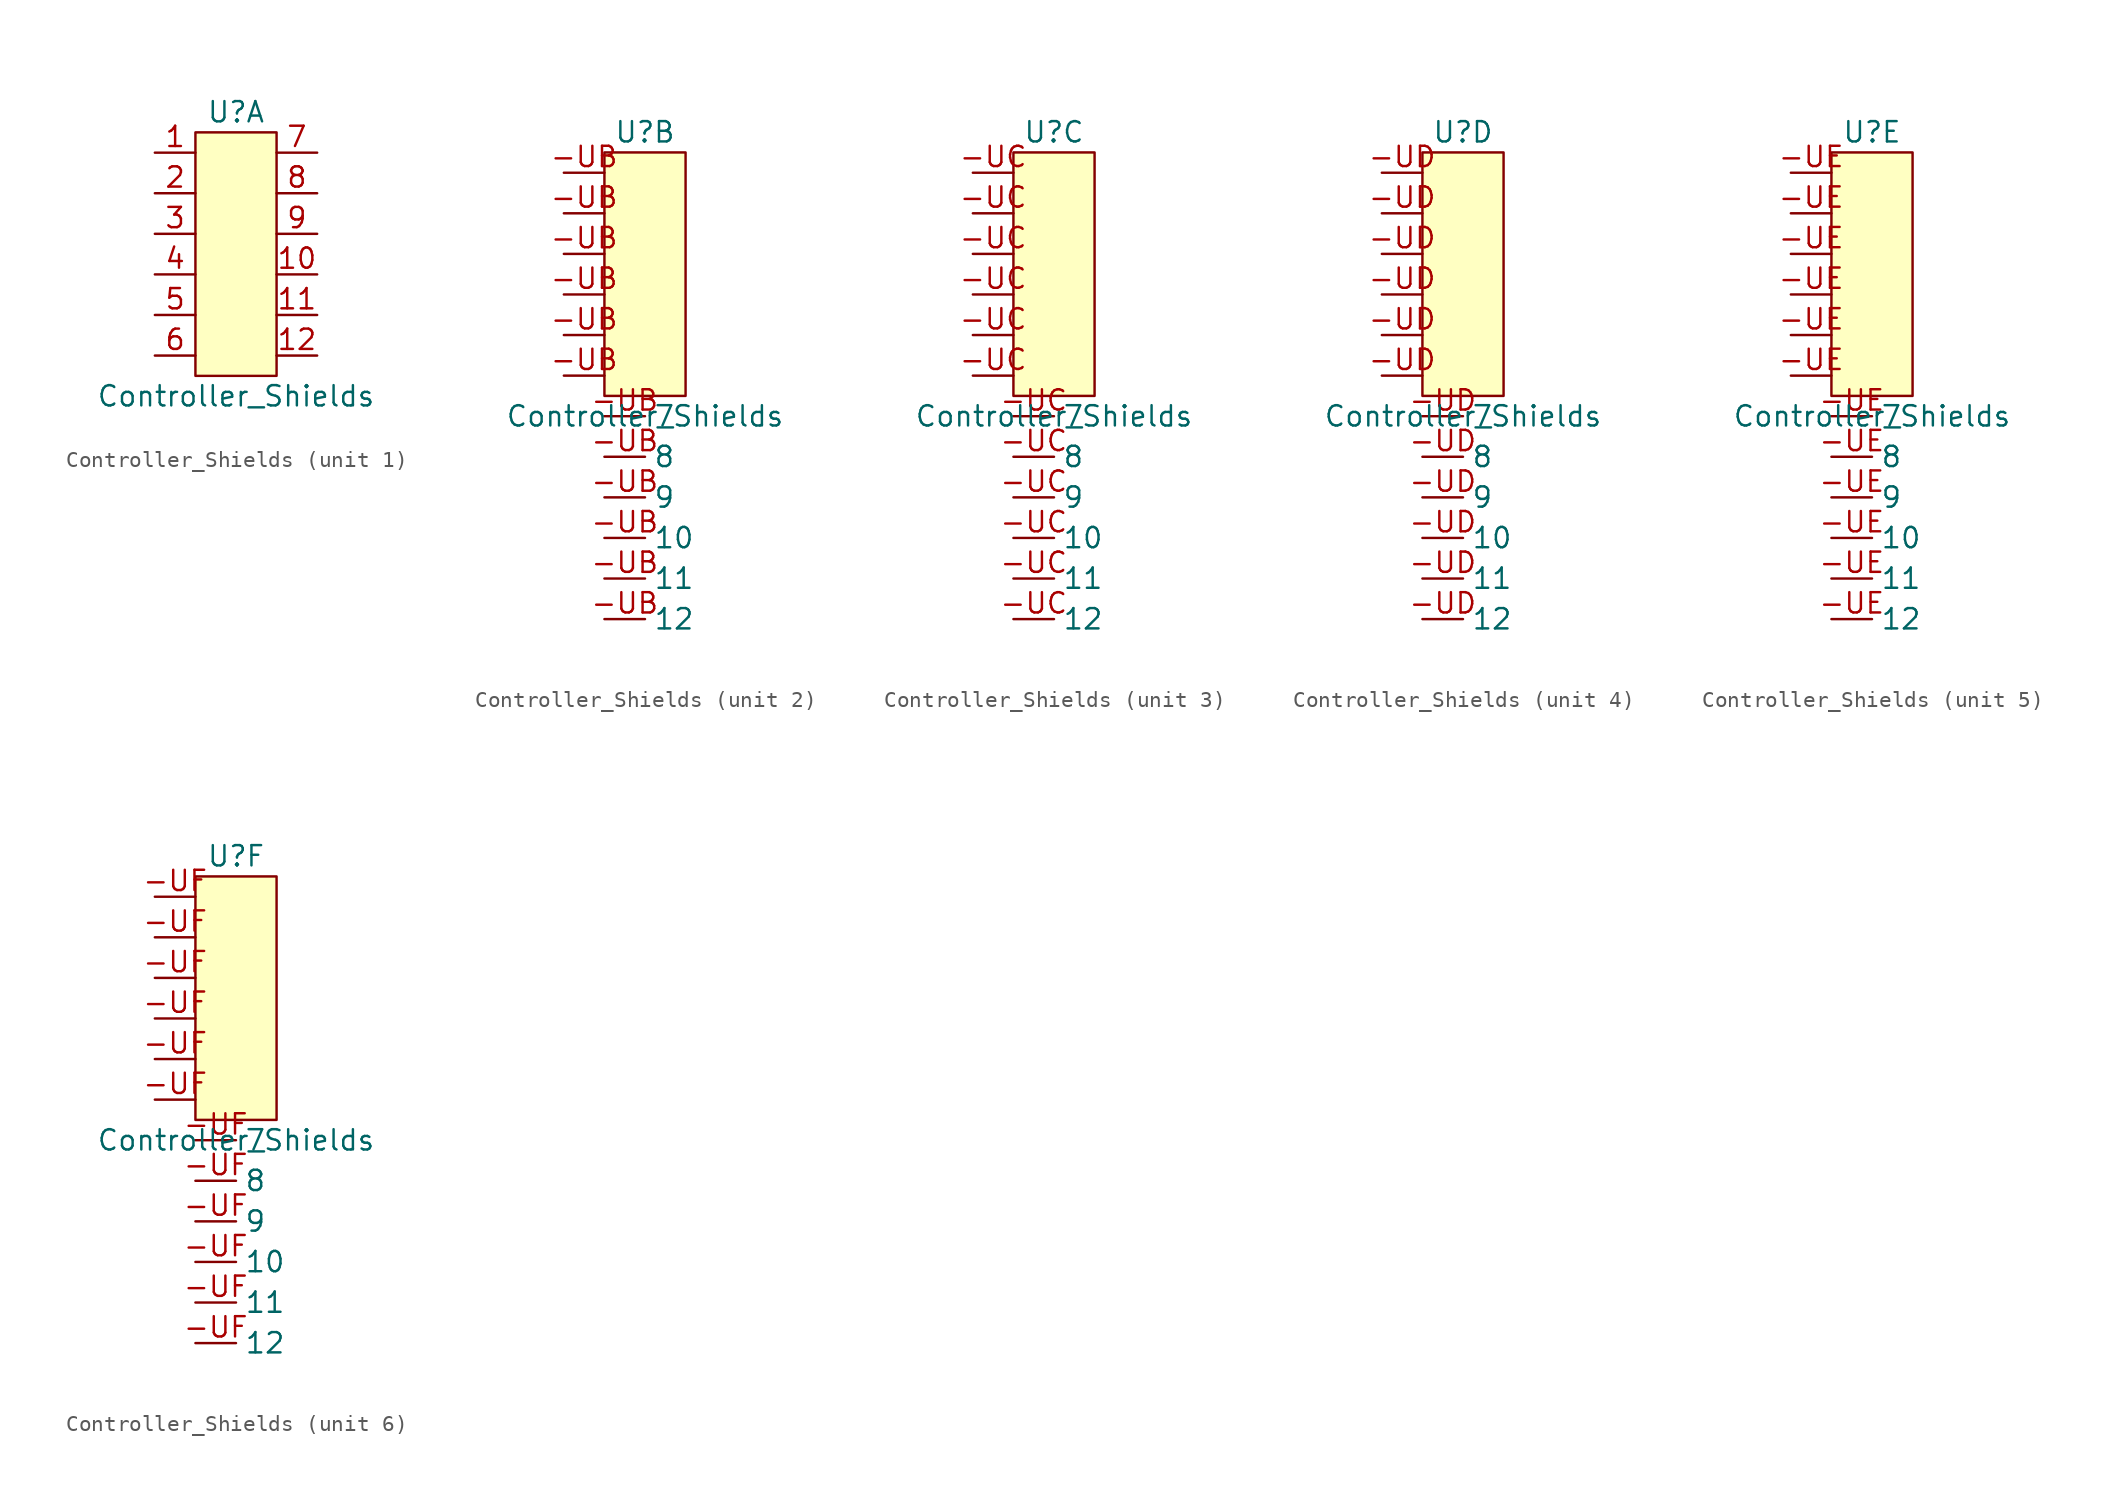
<source format=kicad_sym>
(kicad_symbol_lib
  (version 20220914)
  (generator kicad_symbol_editor)
  (symbol "Controller_Shields"
    (property "Reference" "U"
      (at 0 10.16 0)
      (effects (font (size 1.27 1.27))))
    (property "Value" "Controller_Shields"
      (at 0 -7.62 0)
      (effects (font (size 1.27 1.27))))
    (symbol "Controller_Shields_0_1"
      (rectangle (start -2.54 8.89) (end 2.54 -6.35) (stroke (width 0) (type default)) (fill (type background))))
    (symbol "Controller_Shields_1_1"
      (pin input line (at -5.08 7.62 0) (length 2.54) (name "" (effects (font (size 1.27 1.27)))) (number "1" (effects (font (size 1.27 1.27)))))
      (pin input line (at 5.08 0 180) (length 2.54) (name "" (effects (font (size 1.27 1.27)))) (number "10" (effects (font (size 1.27 1.27)))))
      (pin input line (at 5.08 -2.54 180) (length 2.54) (name "" (effects (font (size 1.27 1.27)))) (number "11" (effects (font (size 1.27 1.27)))))
      (pin input line (at 5.08 -5.08 180) (length 2.54) (name "" (effects (font (size 1.27 1.27)))) (number "12" (effects (font (size 1.27 1.27)))))
      (pin input line (at -5.08 5.08 0) (length 2.54) (name "" (effects (font (size 1.27 1.27)))) (number "2" (effects (font (size 1.27 1.27)))))
      (pin input line (at -5.08 2.54 0) (length 2.54) (name "" (effects (font (size 1.27 1.27)))) (number "3" (effects (font (size 1.27 1.27)))))
      (pin input line (at -5.08 0 0) (length 2.54) (name "" (effects (font (size 1.27 1.27)))) (number "4" (effects (font (size 1.27 1.27)))))
      (pin input line (at -5.08 -2.54 0) (length 2.54) (name "" (effects (font (size 1.27 1.27)))) (number "5" (effects (font (size 1.27 1.27)))))
      (pin input line (at -5.08 -5.08 0) (length 2.54) (name "" (effects (font (size 1.27 1.27)))) (number "6" (effects (font (size 1.27 1.27)))))
      (pin input line (at 5.08 7.62 180) (length 2.54) (name "" (effects (font (size 1.27 1.27)))) (number "7" (effects (font (size 1.27 1.27)))))
      (pin input line (at 5.08 5.08 180) (length 2.54) (name "" (effects (font (size 1.27 1.27)))) (number "8" (effects (font (size 1.27 1.27)))))
      (pin input line (at 5.08 2.54 180) (length 2.54) (name "" (effects (font (size 1.27 1.27)))) (number "9" (effects (font (size 1.27 1.27))))))
    (symbol "Controller_Shields_2_1"
      (pin input line (at -5.08 -5.08 0) (length 2.54) (name "" (effects (font (size 1.27 1.27)))) (number "-UB" (effects (font (size 1.27 1.27)))))
      (pin input line (at -5.08 -2.54 0) (length 2.54) (name "" (effects (font (size 1.27 1.27)))) (number "-UB" (effects (font (size 1.27 1.27)))))
      (pin input line (at -5.08 0 0) (length 2.54) (name "" (effects (font (size 1.27 1.27)))) (number "-UB" (effects (font (size 1.27 1.27)))))
      (pin input line (at -5.08 2.54 0) (length 2.54) (name "" (effects (font (size 1.27 1.27)))) (number "-UB" (effects (font (size 1.27 1.27)))))
      (pin input line (at -5.08 5.08 0) (length 2.54) (name "" (effects (font (size 1.27 1.27)))) (number "-UB" (effects (font (size 1.27 1.27)))))
      (pin input line (at -5.08 7.62 0) (length 2.54) (name "" (effects (font (size 1.27 1.27)))) (number "-UB" (effects (font (size 1.27 1.27)))))
      (pin input line (at -2.54 -15.24 0) (length 2.54) (name "10" (effects (font (size 1.27 1.27)))) (number "-UB" (effects (font (size 1.27 1.27)))))
      (pin input line (at -2.54 -17.78 0) (length 2.54) (name "11" (effects (font (size 1.27 1.27)))) (number "-UB" (effects (font (size 1.27 1.27)))))
      (pin input line (at -2.54 -20.32 0) (length 2.54) (name "12" (effects (font (size 1.27 1.27)))) (number "-UB" (effects (font (size 1.27 1.27)))))
      (pin input line (at -2.54 -7.62 0) (length 2.54) (name "7" (effects (font (size 1.27 1.27)))) (number "-UB" (effects (font (size 1.27 1.27)))))
      (pin input line (at -2.54 -10.16 0) (length 2.54) (name "8" (effects (font (size 1.27 1.27)))) (number "-UB" (effects (font (size 1.27 1.27)))))
      (pin input line (at -2.54 -12.7 0) (length 2.54) (name "9" (effects (font (size 1.27 1.27)))) (number "-UB" (effects (font (size 1.27 1.27))))))
    (symbol "Controller_Shields_3_1"
      (pin input line (at -5.08 -5.08 0) (length 2.54) (name "" (effects (font (size 1.27 1.27)))) (number "-UC" (effects (font (size 1.27 1.27)))))
      (pin input line (at -5.08 -2.54 0) (length 2.54) (name "" (effects (font (size 1.27 1.27)))) (number "-UC" (effects (font (size 1.27 1.27)))))
      (pin input line (at -5.08 0 0) (length 2.54) (name "" (effects (font (size 1.27 1.27)))) (number "-UC" (effects (font (size 1.27 1.27)))))
      (pin input line (at -5.08 2.54 0) (length 2.54) (name "" (effects (font (size 1.27 1.27)))) (number "-UC" (effects (font (size 1.27 1.27)))))
      (pin input line (at -5.08 5.08 0) (length 2.54) (name "" (effects (font (size 1.27 1.27)))) (number "-UC" (effects (font (size 1.27 1.27)))))
      (pin input line (at -5.08 7.62 0) (length 2.54) (name "" (effects (font (size 1.27 1.27)))) (number "-UC" (effects (font (size 1.27 1.27)))))
      (pin input line (at -2.54 -15.24 0) (length 2.54) (name "10" (effects (font (size 1.27 1.27)))) (number "-UC" (effects (font (size 1.27 1.27)))))
      (pin input line (at -2.54 -17.78 0) (length 2.54) (name "11" (effects (font (size 1.27 1.27)))) (number "-UC" (effects (font (size 1.27 1.27)))))
      (pin input line (at -2.54 -20.32 0) (length 2.54) (name "12" (effects (font (size 1.27 1.27)))) (number "-UC" (effects (font (size 1.27 1.27)))))
      (pin input line (at -2.54 -7.62 0) (length 2.54) (name "7" (effects (font (size 1.27 1.27)))) (number "-UC" (effects (font (size 1.27 1.27)))))
      (pin input line (at -2.54 -10.16 0) (length 2.54) (name "8" (effects (font (size 1.27 1.27)))) (number "-UC" (effects (font (size 1.27 1.27)))))
      (pin input line (at -2.54 -12.7 0) (length 2.54) (name "9" (effects (font (size 1.27 1.27)))) (number "-UC" (effects (font (size 1.27 1.27))))))
    (symbol "Controller_Shields_4_1"
      (pin input line (at -5.08 -5.08 0) (length 2.54) (name "" (effects (font (size 1.27 1.27)))) (number "-UD" (effects (font (size 1.27 1.27)))))
      (pin input line (at -5.08 -2.54 0) (length 2.54) (name "" (effects (font (size 1.27 1.27)))) (number "-UD" (effects (font (size 1.27 1.27)))))
      (pin input line (at -5.08 0 0) (length 2.54) (name "" (effects (font (size 1.27 1.27)))) (number "-UD" (effects (font (size 1.27 1.27)))))
      (pin input line (at -5.08 2.54 0) (length 2.54) (name "" (effects (font (size 1.27 1.27)))) (number "-UD" (effects (font (size 1.27 1.27)))))
      (pin input line (at -5.08 5.08 0) (length 2.54) (name "" (effects (font (size 1.27 1.27)))) (number "-UD" (effects (font (size 1.27 1.27)))))
      (pin input line (at -5.08 7.62 0) (length 2.54) (name "" (effects (font (size 1.27 1.27)))) (number "-UD" (effects (font (size 1.27 1.27)))))
      (pin input line (at -2.54 -15.24 0) (length 2.54) (name "10" (effects (font (size 1.27 1.27)))) (number "-UD" (effects (font (size 1.27 1.27)))))
      (pin input line (at -2.54 -17.78 0) (length 2.54) (name "11" (effects (font (size 1.27 1.27)))) (number "-UD" (effects (font (size 1.27 1.27)))))
      (pin input line (at -2.54 -20.32 0) (length 2.54) (name "12" (effects (font (size 1.27 1.27)))) (number "-UD" (effects (font (size 1.27 1.27)))))
      (pin input line (at -2.54 -7.62 0) (length 2.54) (name "7" (effects (font (size 1.27 1.27)))) (number "-UD" (effects (font (size 1.27 1.27)))))
      (pin input line (at -2.54 -10.16 0) (length 2.54) (name "8" (effects (font (size 1.27 1.27)))) (number "-UD" (effects (font (size 1.27 1.27)))))
      (pin input line (at -2.54 -12.7 0) (length 2.54) (name "9" (effects (font (size 1.27 1.27)))) (number "-UD" (effects (font (size 1.27 1.27))))))
    (symbol "Controller_Shields_5_1"
      (pin input line (at -5.08 -5.08 0) (length 2.54) (name "" (effects (font (size 1.27 1.27)))) (number "-UE" (effects (font (size 1.27 1.27)))))
      (pin input line (at -5.08 -2.54 0) (length 2.54) (name "" (effects (font (size 1.27 1.27)))) (number "-UE" (effects (font (size 1.27 1.27)))))
      (pin input line (at -5.08 0 0) (length 2.54) (name "" (effects (font (size 1.27 1.27)))) (number "-UE" (effects (font (size 1.27 1.27)))))
      (pin input line (at -5.08 2.54 0) (length 2.54) (name "" (effects (font (size 1.27 1.27)))) (number "-UE" (effects (font (size 1.27 1.27)))))
      (pin input line (at -5.08 5.08 0) (length 2.54) (name "" (effects (font (size 1.27 1.27)))) (number "-UE" (effects (font (size 1.27 1.27)))))
      (pin input line (at -5.08 7.62 0) (length 2.54) (name "" (effects (font (size 1.27 1.27)))) (number "-UE" (effects (font (size 1.27 1.27)))))
      (pin input line (at -2.54 -15.24 0) (length 2.54) (name "10" (effects (font (size 1.27 1.27)))) (number "-UE" (effects (font (size 1.27 1.27)))))
      (pin input line (at -2.54 -17.78 0) (length 2.54) (name "11" (effects (font (size 1.27 1.27)))) (number "-UE" (effects (font (size 1.27 1.27)))))
      (pin input line (at -2.54 -20.32 0) (length 2.54) (name "12" (effects (font (size 1.27 1.27)))) (number "-UE" (effects (font (size 1.27 1.27)))))
      (pin input line (at -2.54 -7.62 0) (length 2.54) (name "7" (effects (font (size 1.27 1.27)))) (number "-UE" (effects (font (size 1.27 1.27)))))
      (pin input line (at -2.54 -10.16 0) (length 2.54) (name "8" (effects (font (size 1.27 1.27)))) (number "-UE" (effects (font (size 1.27 1.27)))))
      (pin input line (at -2.54 -12.7 0) (length 2.54) (name "9" (effects (font (size 1.27 1.27)))) (number "-UE" (effects (font (size 1.27 1.27))))))
    (symbol "Controller_Shields_6_1"
      (pin input line (at -5.08 -5.08 0) (length 2.54) (name "" (effects (font (size 1.27 1.27)))) (number "-UF" (effects (font (size 1.27 1.27)))))
      (pin input line (at -5.08 -2.54 0) (length 2.54) (name "" (effects (font (size 1.27 1.27)))) (number "-UF" (effects (font (size 1.27 1.27)))))
      (pin input line (at -5.08 0 0) (length 2.54) (name "" (effects (font (size 1.27 1.27)))) (number "-UF" (effects (font (size 1.27 1.27)))))
      (pin input line (at -5.08 2.54 0) (length 2.54) (name "" (effects (font (size 1.27 1.27)))) (number "-UF" (effects (font (size 1.27 1.27)))))
      (pin input line (at -5.08 5.08 0) (length 2.54) (name "" (effects (font (size 1.27 1.27)))) (number "-UF" (effects (font (size 1.27 1.27)))))
      (pin input line (at -5.08 7.62 0) (length 2.54) (name "" (effects (font (size 1.27 1.27)))) (number "-UF" (effects (font (size 1.27 1.27)))))
      (pin input line (at -2.54 -15.24 0) (length 2.54) (name "10" (effects (font (size 1.27 1.27)))) (number "-UF" (effects (font (size 1.27 1.27)))))
      (pin input line (at -2.54 -17.78 0) (length 2.54) (name "11" (effects (font (size 1.27 1.27)))) (number "-UF" (effects (font (size 1.27 1.27)))))
      (pin input line (at -2.54 -20.32 0) (length 2.54) (name "12" (effects (font (size 1.27 1.27)))) (number "-UF" (effects (font (size 1.27 1.27)))))
      (pin input line (at -2.54 -7.62 0) (length 2.54) (name "7" (effects (font (size 1.27 1.27)))) (number "-UF" (effects (font (size 1.27 1.27)))))
      (pin input line (at -2.54 -10.16 0) (length 2.54) (name "8" (effects (font (size 1.27 1.27)))) (number "-UF" (effects (font (size 1.27 1.27)))))
      (pin input line (at -2.54 -12.7 0) (length 2.54) (name "9" (effects (font (size 1.27 1.27)))) (number "-UF" (effects (font (size 1.27 1.27))))))))
</source>
